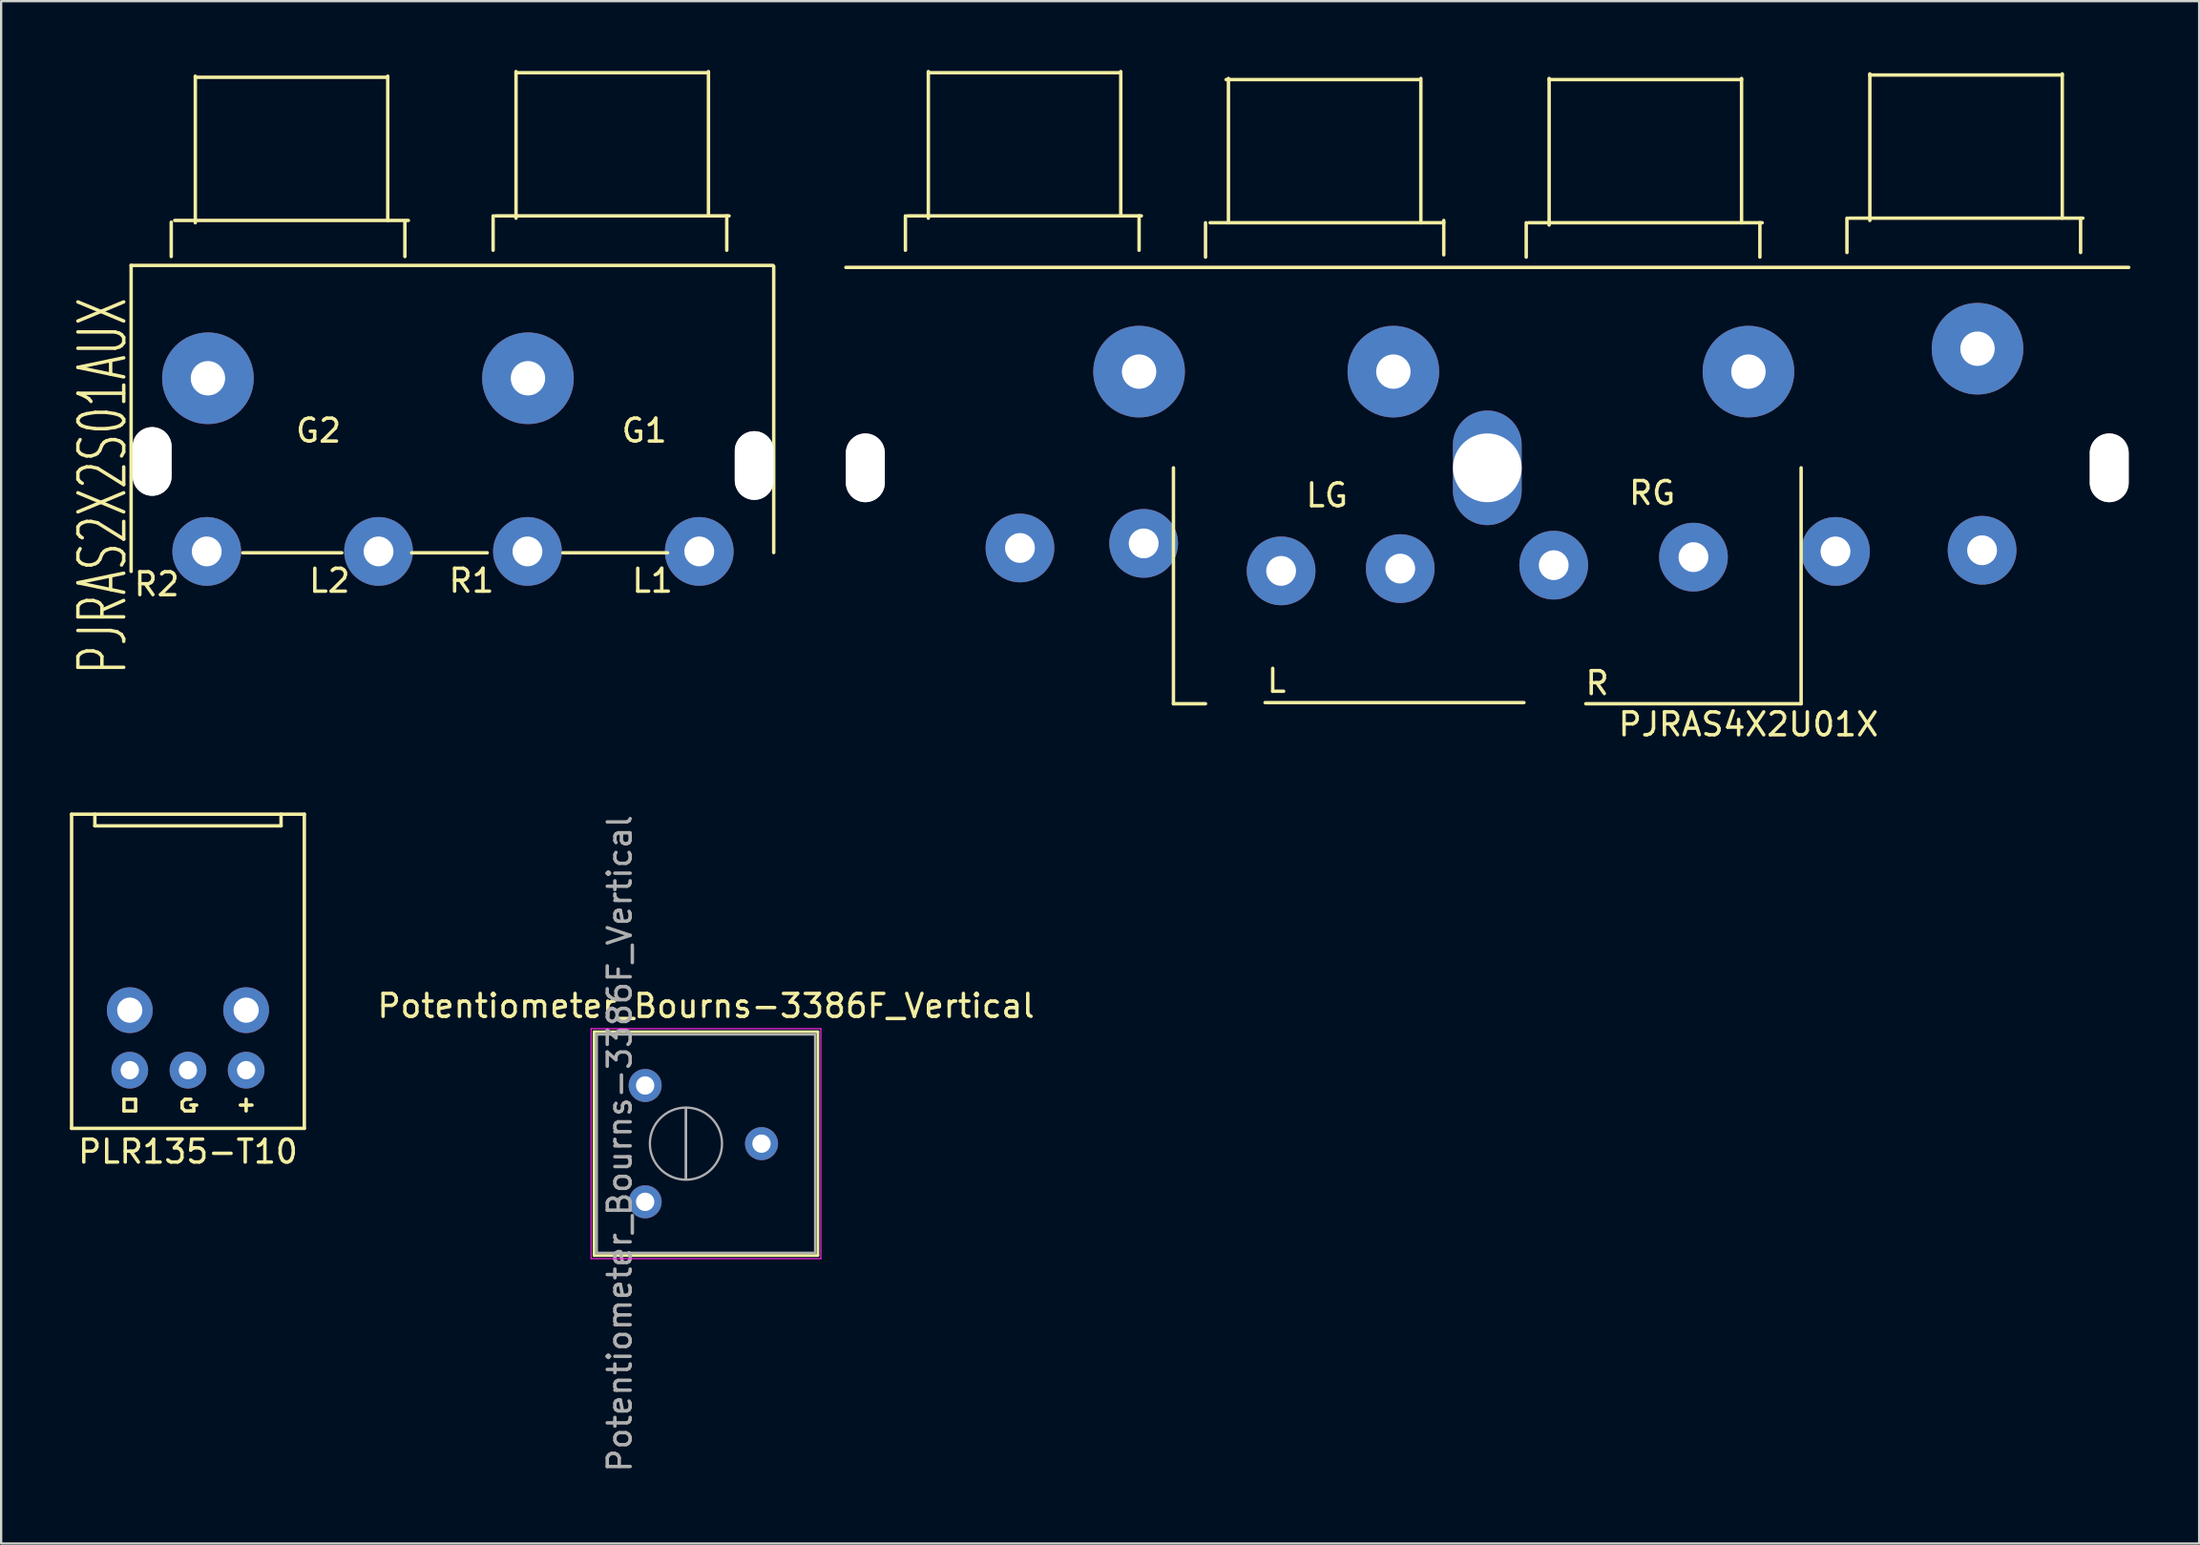
<source format=kicad_pcb>
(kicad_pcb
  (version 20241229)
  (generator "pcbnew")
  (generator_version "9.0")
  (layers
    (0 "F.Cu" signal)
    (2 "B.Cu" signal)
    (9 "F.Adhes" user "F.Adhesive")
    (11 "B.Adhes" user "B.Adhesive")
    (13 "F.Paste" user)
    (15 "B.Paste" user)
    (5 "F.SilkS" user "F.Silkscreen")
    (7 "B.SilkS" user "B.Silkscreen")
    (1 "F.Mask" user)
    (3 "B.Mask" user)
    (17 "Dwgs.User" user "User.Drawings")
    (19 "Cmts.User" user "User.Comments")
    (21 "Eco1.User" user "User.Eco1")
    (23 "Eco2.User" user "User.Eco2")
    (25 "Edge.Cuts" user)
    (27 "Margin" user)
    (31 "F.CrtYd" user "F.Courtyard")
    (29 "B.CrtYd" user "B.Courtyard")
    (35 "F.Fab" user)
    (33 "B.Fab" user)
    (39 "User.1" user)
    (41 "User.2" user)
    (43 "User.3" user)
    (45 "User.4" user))
  (footprint "PLR135-T10"
    (layer "F.Cu")
    (at 5.155 43.674)
    (property "Reference" "PLR135-T10" (at 0 3.556 0) (layer "F.SilkS") (effects (font (size 1 1) (thickness 0.15))))
    (attr through_hole)
    (fp_line (start -5.08 -11.176) (end 5.08 -11.176) (stroke (width 0.15) (type solid)) (layer "F.SilkS"))
    (fp_line (start -5.08 2.54) (end -5.08 -11.176) (stroke (width 0.15) (type solid)) (layer "F.SilkS"))
    (fp_line (start -4.064 -11.176) (end -4.064 -10.668) (stroke (width 0.15) (type solid)) (layer "F.SilkS"))
    (fp_line (start -4.064 -10.668) (end 4.064 -10.668) (stroke (width 0.15) (type solid)) (layer "F.SilkS"))
    (fp_line (start -2.794 1.27) (end -2.794 1.778) (stroke (width 0.15) (type solid)) (layer "F.SilkS"))
    (fp_line (start -2.794 1.778) (end -2.286 1.778) (stroke (width 0.15) (type solid)) (layer "F.SilkS"))
    (fp_line (start -2.286 1.27) (end -2.794 1.27) (stroke (width 0.15) (type solid)) (layer "F.SilkS"))
    (fp_line (start -2.286 1.778) (end -2.286 1.27) (stroke (width 0.15) (type solid)) (layer "F.SilkS"))
    (fp_line (start -0.254 1.397) (end -0.127 1.27) (stroke (width 0.15) (type solid)) (layer "F.SilkS"))
    (fp_line (start -0.254 1.651) (end -0.254 1.397) (stroke (width 0.15) (type solid)) (layer "F.SilkS"))
    (fp_line (start -0.254 1.651) (end -0.127 1.778) (stroke (width 0.15) (type solid)) (layer "F.SilkS"))
    (fp_line (start -0.127 1.778) (end 0.127 1.778) (stroke (width 0.15) (type solid)) (layer "F.SilkS"))
    (fp_line (start 0.127 1.27) (end -0.127 1.27) (stroke (width 0.15) (type solid)) (layer "F.SilkS"))
    (fp_line (start 0.127 1.778) (end 0.254 1.778) (stroke (width 0.15) (type solid)) (layer "F.SilkS"))
    (fp_line (start 0.254 1.524) (end 0.127 1.524) (stroke (width 0.15) (type solid)) (layer "F.SilkS"))
    (fp_line (start 0.254 1.524) (end 0.381 1.524) (stroke (width 0.15) (type solid)) (layer "F.SilkS"))
    (fp_line (start 0.254 1.778) (end 0.254 1.524) (stroke (width 0.15) (type solid)) (layer "F.SilkS"))
    (fp_line (start 2.286 1.524) (end 2.794 1.524) (stroke (width 0.15) (type solid)) (layer "F.SilkS"))
    (fp_line (start 2.54 1.27) (end 2.54 1.778) (stroke (width 0.15) (type solid)) (layer "F.SilkS"))
    (fp_line (start 4.064 -10.668) (end 4.064 -11.176) (stroke (width 0.15) (type solid)) (layer "F.SilkS"))
    (fp_line (start 5.08 -11.176) (end 5.08 2.54) (stroke (width 0.15) (type solid)) (layer "F.SilkS"))
    (fp_line (start 5.08 2.54) (end -5.08 2.54) (stroke (width 0.15) (type solid)) (layer "F.SilkS"))
    (pad "" thru_hole circle (at -2.54 -2.62) (size 2 2) (drill 1.1) (layers "*.Cu" "*.Mask"))
    (pad "" thru_hole circle (at 2.54 -2.62) (size 2 2) (drill 1.1) (layers "*.Cu" "*.Mask"))
    (pad "1" thru_hole circle (at 2.54 0) (size 1.6 1.6) (drill 0.8) (layers "*.Cu" "*.Mask"))
    (pad "2" thru_hole circle (at 0 0) (size 1.6 1.6) (drill 0.8) (layers "*.Cu" "*.Mask"))
    (pad "3" thru_hole circle (at -2.54 0) (size 1.6 1.6) (drill 0.8) (layers "*.Cu" "*.Mask")))
  (footprint "PJRAS4X2U01X"
    (layer "F.Cu")
    (at 61.875 17.375)
    (property "Reference" "PJRAS4X2U01X" (at 11.4 11.2 0) (layer "F.SilkS") (effects (font (size 1 1) (thickness 0.15))))
    (attr smd)
    (fp_line (start -28 -8.75) (end 28 -8.75) (stroke (width 0.15) (type solid)) (layer "F.SilkS"))
    (fp_line (start -25.4 -9.5) (end -25.4 -11) (stroke (width 0.15) (type solid)) (layer "F.SilkS"))
    (fp_line (start -25.3 -11) (end -15.1 -11) (stroke (width 0.15) (type solid)) (layer "F.SilkS"))
    (fp_line (start -24.4 -17.25) (end -16 -17.25) (stroke (width 0.15) (type solid)) (layer "F.SilkS"))
    (fp_line (start -24.4 -10.9) (end -24.4 -17.3) (stroke (width 0.15) (type solid)) (layer "F.SilkS"))
    (fp_line (start -16 -17.3) (end -16 -11) (stroke (width 0.15) (type solid)) (layer "F.SilkS"))
    (fp_line (start -15.2 -11) (end -15.2 -9.5) (stroke (width 0.15) (type solid)) (layer "F.SilkS"))
    (fp_line (start -13.7 0) (end -13.7 10.3) (stroke (width 0.15) (type solid)) (layer "F.SilkS"))
    (fp_line (start -13.7 10.3) (end -12.3 10.3) (stroke (width 0.15) (type solid)) (layer "F.SilkS"))
    (fp_line (start -12.3 -9.2) (end -12.3 -10.7) (stroke (width 0.15) (type solid)) (layer "F.SilkS"))
    (fp_line (start -12.1 -10.7) (end -1.9 -10.7) (stroke (width 0.15) (type solid)) (layer "F.SilkS"))
    (fp_line (start -11.4 -16.95) (end -3 -16.95) (stroke (width 0.15) (type solid)) (layer "F.SilkS"))
    (fp_line (start -11.3 -10.7) (end -11.3 -17) (stroke (width 0.15) (type solid)) (layer "F.SilkS"))
    (fp_line (start -9.7 10.25) (end 1.6 10.25) (stroke (width 0.15) (type solid)) (layer "F.SilkS"))
    (fp_line (start -2.9 -17) (end -2.9 -10.7) (stroke (width 0.15) (type solid)) (layer "F.SilkS"))
    (fp_line (start -1.9 -10.8) (end -1.9 -9.3) (stroke (width 0.15) (type solid)) (layer "F.SilkS"))
    (fp_line (start 1.7 -9.2) (end 1.7 -10.7) (stroke (width 0.15) (type solid)) (layer "F.SilkS"))
    (fp_line (start 1.8 -10.7) (end 12 -10.7) (stroke (width 0.15) (type solid)) (layer "F.SilkS"))
    (fp_line (start 2.7 -16.95) (end 11.1 -16.95) (stroke (width 0.15) (type solid)) (layer "F.SilkS"))
    (fp_line (start 2.7 -10.6) (end 2.7 -17) (stroke (width 0.15) (type solid)) (layer "F.SilkS"))
    (fp_line (start 11.1 -17) (end 11.1 -10.7) (stroke (width 0.15) (type solid)) (layer "F.SilkS"))
    (fp_line (start 11.9 -10.7) (end 11.9 -9.2) (stroke (width 0.15) (type solid)) (layer "F.SilkS"))
    (fp_line (start 13.7 0) (end 13.7 10.3) (stroke (width 0.15) (type solid)) (layer "F.SilkS"))
    (fp_line (start 13.7 10.3) (end 4.3 10.3) (stroke (width 0.15) (type solid)) (layer "F.SilkS"))
    (fp_line (start 15.7 -9.4) (end 15.7 -10.9) (stroke (width 0.15) (type solid)) (layer "F.SilkS"))
    (fp_line (start 15.8 -10.9) (end 26 -10.9) (stroke (width 0.15) (type solid)) (layer "F.SilkS"))
    (fp_line (start 16.7 -17.15) (end 25.1 -17.15) (stroke (width 0.15) (type solid)) (layer "F.SilkS"))
    (fp_line (start 16.7 -10.8) (end 16.7 -17.2) (stroke (width 0.15) (type solid)) (layer "F.SilkS"))
    (fp_line (start 25.1 -17.2) (end 25.1 -10.9) (stroke (width 0.15) (type solid)) (layer "F.SilkS"))
    (fp_line (start 25.9 -10.9) (end 25.9 -9.4) (stroke (width 0.15) (type solid)) (layer "F.SilkS"))
    (fp_text user "R" (at 4.8 9.4 0) (layer "F.SilkS") (effects (font (size 1 1) (thickness 0.15))))
    (fp_text user "RG" (at 7.2 1.1 0) (layer "F.SilkS") (effects (font (size 1 1) (thickness 0.15))))
    (fp_text user "LG" (at -7 1.2 0) (layer "F.SilkS") (effects (font (size 1 1) (thickness 0.15))))
    (fp_text user "L" (at -9.2 9.3 0) (layer "F.SilkS") (effects (font (size 1 1) (thickness 0.15))))
    (pad "" np_thru_hole oval (at -27.15 0) (size 1.7 3) (drill oval 1.7 3) (layers "*.Cu" "*.Mask" "Dwgs.User"))
    (pad "" np_thru_hole oval (at 0 0) (size 3 5) (drill oval 3) (layers "*.Cu" "*.Mask"))
    (pad "" np_thru_hole oval (at 27.15 0) (size 1.7 3) (drill oval 1.7 3) (layers "*.Cu" "*.Mask" "Dwgs.User"))
    (pad "1" thru_hole circle (at -15.2 -4.2) (size 4 4) (drill 1.5) (layers "*.Cu" "*.Mask"))
    (pad "1" thru_hole circle (at -4.1 -4.2) (size 4 4) (drill 1.5) (layers "*.Cu" "*.Mask"))
    (pad "1" thru_hole circle (at 11.4 -4.2) (size 4 4) (drill 1.5) (layers "*.Cu" "*.Mask"))
    (pad "1" thru_hole circle (at 21.4 -5.2) (size 4 4) (drill 1.5) (layers "*.Cu" "*.Mask"))
    (pad "2" thru_hole circle (at 2.9 4.25) (size 3 3) (drill 1.3) (layers "*.Cu" "*.Mask"))
    (pad "2" thru_hole circle (at 15.2 3.65) (size 3 3) (drill 1.3) (layers "*.Cu" "*.Mask"))
    (pad "3" thru_hole circle (at -20.4 3.5) (size 3 3) (drill 1.3) (layers "*.Cu" "*.Mask"))
    (pad "3" thru_hole circle (at -15 3.3) (size 3 3) (drill 1.3) (layers "*.Cu" "*.Mask"))
    (pad "3" thru_hole circle (at -9 4.5) (size 3 3) (drill 1.3) (layers "*.Cu" "*.Mask"))
    (pad "3" thru_hole circle (at -3.8 4.4) (size 3 3) (drill 1.3) (layers "*.Cu" "*.Mask"))
    (pad "3" thru_hole circle (at 9 3.9) (size 3 3) (drill 1.3) (layers "*.Cu" "*.Mask"))
    (pad "3" thru_hole circle (at 21.6 3.6) (size 3 3) (drill 1.3) (layers "*.Cu" "*.Mask")))
  (footprint "PJRAS2X2S01AUX"
    (layer "F.Cu")
    (at 2.725 17.275)
    (property "Reference" "PJRAS2X2S01AUX" (at -1.292 0.892 90) (layer "F.SilkS") (effects (font (size 2 1.25) (thickness 0.15))))
    (attr smd)
    (fp_line (start -0.051 -8.738) (end -0.051 4.623) (stroke (width 0.15) (type solid)) (layer "F.SilkS"))
    (fp_line (start 1.7 -9.124) (end 1.7 -10.624) (stroke (width 0.15) (type solid)) (layer "F.SilkS"))
    (fp_line (start 1.851 -10.7) (end 12.051 -10.7) (stroke (width 0.15) (type solid)) (layer "F.SilkS"))
    (fp_line (start 2.751 -16.95) (end 11.151 -16.95) (stroke (width 0.15) (type solid)) (layer "F.SilkS"))
    (fp_line (start 2.751 -10.6) (end 2.751 -17) (stroke (width 0.15) (type solid)) (layer "F.SilkS"))
    (fp_line (start 4.826 3.81) (end 9.144 3.81) (stroke (width 0.15) (type solid)) (layer "F.SilkS"))
    (fp_line (start 11.151 -17) (end 11.151 -10.7) (stroke (width 0.15) (type solid)) (layer "F.SilkS"))
    (fp_line (start 11.9 -10.624) (end 11.9 -9.124) (stroke (width 0.15) (type solid)) (layer "F.SilkS"))
    (fp_line (start 12.192 3.81) (end 15.494 3.81) (stroke (width 0.15) (type solid)) (layer "F.SilkS"))
    (fp_line (start 15.751 -9.4) (end 15.751 -10.9) (stroke (width 0.15) (type solid)) (layer "F.SilkS"))
    (fp_line (start 15.851 -10.9) (end 26.051 -10.9) (stroke (width 0.15) (type solid)) (layer "F.SilkS"))
    (fp_line (start 16.751 -17.15) (end 25.151 -17.15) (stroke (width 0.15) (type solid)) (layer "F.SilkS"))
    (fp_line (start 16.751 -10.8) (end 16.751 -17.2) (stroke (width 0.15) (type solid)) (layer "F.SilkS"))
    (fp_line (start 18.796 3.81) (end 23.368 3.81) (stroke (width 0.15) (type solid)) (layer "F.SilkS"))
    (fp_line (start 25.151 -17.2) (end 25.151 -10.9) (stroke (width 0.15) (type solid)) (layer "F.SilkS"))
    (fp_line (start 25.951 -10.9) (end 25.951 -9.4) (stroke (width 0.15) (type solid)) (layer "F.SilkS"))
    (fp_line (start 27.965 -8.738) (end -0.051 -8.738) (stroke (width 0.15) (type solid)) (layer "F.SilkS"))
    (fp_line (start 28 3.8) (end 28 -8.7) (stroke (width 0.15) (type solid)) (layer "F.SilkS"))
    (fp_text user "R1" (at 14.808 5.029 0) (layer "F.SilkS") (effects (font (size 1 1) (thickness 0.15))))
    (fp_text user "L1" (at 22.708 5.029 0) (layer "F.SilkS") (effects (font (size 1 1) (thickness 0.15))))
    (fp_text user "R2" (at 1.067 5.182 0) (layer "F.SilkS") (effects (font (size 1 1) (thickness 0.15))))
    (fp_text user "L2" (at 8.611 5.029 0) (layer "F.SilkS") (effects (font (size 1 1) (thickness 0.15))))
    (fp_text user "G1" (at 22.352 -1.524 0) (layer "F.SilkS") (effects (font (size 1 1) (thickness 0.15))))
    (fp_text user "G2" (at 8.128 -1.524 0) (layer "F.SilkS") (effects (font (size 1 1) (thickness 0.15))))
    (pad "" np_thru_hole oval (at 0.866 -0.178) (size 1.7 3) (drill oval 1.7 3) (layers "*.Cu" "*.Mask" "Dwgs.User"))
    (pad "" np_thru_hole oval (at 27.15 0) (size 1.7 3) (drill oval 1.7 3) (layers "*.Cu" "*.Mask" "Dwgs.User"))
    (pad "1" thru_hole circle (at 24.75 3.75) (size 3 3) (drill 1.3) (layers "*.Cu" "*.Mask"))
    (pad "2" thru_hole circle (at 17.25 3.75) (size 3 3) (drill 1.3) (layers "*.Cu" "*.Mask"))
    (pad "3" thru_hole circle (at 17.272 -3.81) (size 4 4) (drill 1.5) (layers "*.Cu" "*.Mask"))
    (pad "4" thru_hole circle (at 10.75 3.75) (size 3 3) (drill 1.3) (layers "*.Cu" "*.Mask"))
    (pad "5" thru_hole circle (at 3.25 3.75) (size 3 3) (drill 1.3) (layers "*.Cu" "*.Mask"))
    (pad "6" thru_hole circle (at 3.302 -3.81) (size 4 4) (drill 1.5) (layers "*.Cu" "*.Mask")))
  (footprint "Potentiometer_Bourns-3386F_Vertical"
    (layer "F.Cu")
    (at 25.113 49.422)
    (property "Reference" "Potentiometer_Bourns-3386F_Vertical" (at 2.655 -8.555 0) (layer "F.SilkS") (effects (font (size 1 1) (thickness 0.15))))
    (attr through_hole)
    (fp_line (start -2.23 -7.425) (end -2.23 2.345) (stroke (width 0.12) (type solid)) (layer "F.SilkS"))
    (fp_line (start -2.23 -7.425) (end 7.54 -7.425) (stroke (width 0.12) (type solid)) (layer "F.SilkS"))
    (fp_line (start -2.23 2.345) (end 7.54 2.345) (stroke (width 0.12) (type solid)) (layer "F.SilkS"))
    (fp_line (start 7.54 -7.425) (end 7.54 2.345) (stroke (width 0.12) (type solid)) (layer "F.SilkS"))
    (fp_line (start -2.36 -7.56) (end -2.36 2.48) (stroke (width 0.05) (type solid)) (layer "F.CrtYd"))
    (fp_line (start -2.36 2.48) (end 7.67 2.48) (stroke (width 0.05) (type solid)) (layer "F.CrtYd"))
    (fp_line (start 7.67 -7.56) (end -2.36 -7.56) (stroke (width 0.05) (type solid)) (layer "F.CrtYd"))
    (fp_line (start 7.67 2.48) (end 7.67 -7.56) (stroke (width 0.05) (type solid)) (layer "F.CrtYd"))
    (fp_line (start -2.11 -7.305) (end -2.11 2.225) (stroke (width 0.1) (type solid)) (layer "F.Fab"))
    (fp_line (start -2.11 2.225) (end 7.42 2.225) (stroke (width 0.1) (type solid)) (layer "F.Fab"))
    (fp_line (start 1.781 -0.98) (end 1.781 -4.099) (stroke (width 0.1) (type solid)) (layer "F.Fab"))
    (fp_line (start 1.781 -0.98) (end 1.781 -4.099) (stroke (width 0.1) (type solid)) (layer "F.Fab"))
    (fp_line (start 7.42 -7.305) (end -2.11 -7.305) (stroke (width 0.1) (type solid)) (layer "F.Fab"))
    (fp_line (start 7.42 2.225) (end 7.42 -7.305) (stroke (width 0.1) (type solid)) (layer "F.Fab"))
    (fp_circle (center 1.781 -2.54) (end 3.356 -2.54) (stroke (width 0.1) (type solid)) (fill no) (layer "F.Fab"))
    (fp_text user "${REFERENCE}" (at -1.11 -2.54 90) (layer "F.Fab") (effects (font (size 1 1) (thickness 0.15))))
    (pad "1" thru_hole circle (at 0 -5.08) (size 1.44 1.44) (drill 0.8) (layers "*.Cu" "*.Mask"))
    (pad "2" thru_hole circle (at 5.08 -2.54) (size 1.44 1.44) (drill 0.8) (layers "*.Cu" "*.Mask"))
    (pad "3" thru_hole circle (at 0 0) (size 1.44 1.44) (drill 0.8) (layers "*.Cu" "*.Mask")))
  (gr_rect
    (start -3 -3)
    (end 92.95 64.34)
    (stroke (width 0.1) (type default))
    (fill no)
    (layer "Edge.Cuts")))
</source>
